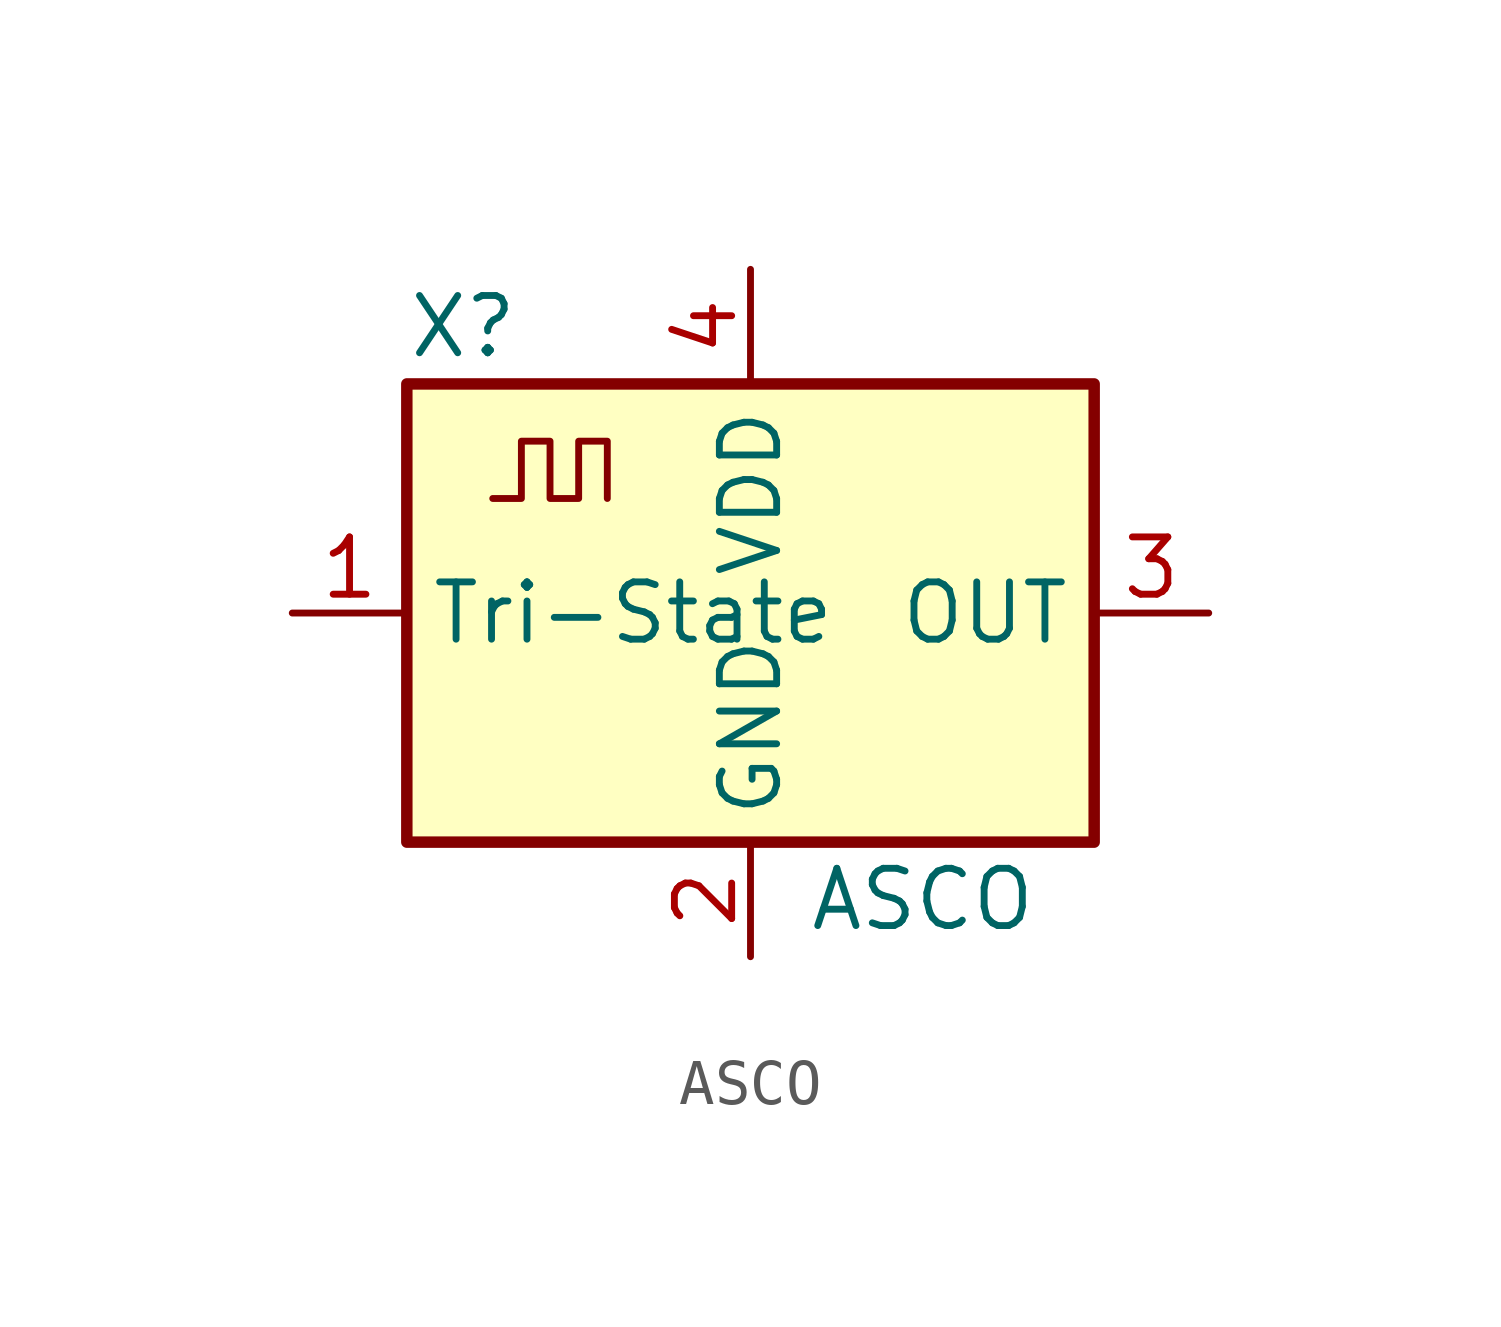
<source format=kicad_sym>
(kicad_symbol_lib
  (version 20211014)
  (generator kicad_symbol_editor)
  (symbol "ASCO"
    (property "Reference" "X"
      (at -7.62 6.35 0)
      (effects (font (size 1.27 1.27)) (justify left)))
    (property "Value" "ASCO"
      (at 1.27 -6.35 0)
      (effects (font (size 1.27 1.27)) (justify left)))
    (symbol "ASCO_0_1"
      (rectangle (start -7.62 5.08) (end 7.62 -5.08) (stroke (width 0.254) (type default) (color 0 0 0 0)) (fill (type background)))
      (polyline (pts (xy -5.715 2.54) (xy -5.08 2.54) (xy -5.08 3.81) (xy -4.445 3.81) (xy -4.445 2.54) (xy -3.81 2.54) (xy -3.81 3.81) (xy -3.175 3.81) (xy -3.175 2.54)) (stroke (width 0) (type default) (color 0 0 0 0)) (fill (type none))))
    (symbol "ASCO_1_1"
      (pin tri_state line (at -10.16 0 0) (length 2.54) (name "Tri-State" (effects (font (size 1.27 1.27)))) (number "1" (effects (font (size 1.27 1.27)))))
      (pin power_in line (at 0 -7.62 90) (length 2.54) (name "GND" (effects (font (size 1.27 1.27)))) (number "2" (effects (font (size 1.27 1.27)))))
      (pin output line (at 10.16 0 180) (length 2.54) (name "OUT" (effects (font (size 1.27 1.27)))) (number "3" (effects (font (size 1.27 1.27)))))
      (pin power_in line (at 0 7.62 270) (length 2.54) (name "VDD" (effects (font (size 1.27 1.27)))) (number "4" (effects (font (size 1.27 1.27))))))))
</source>
